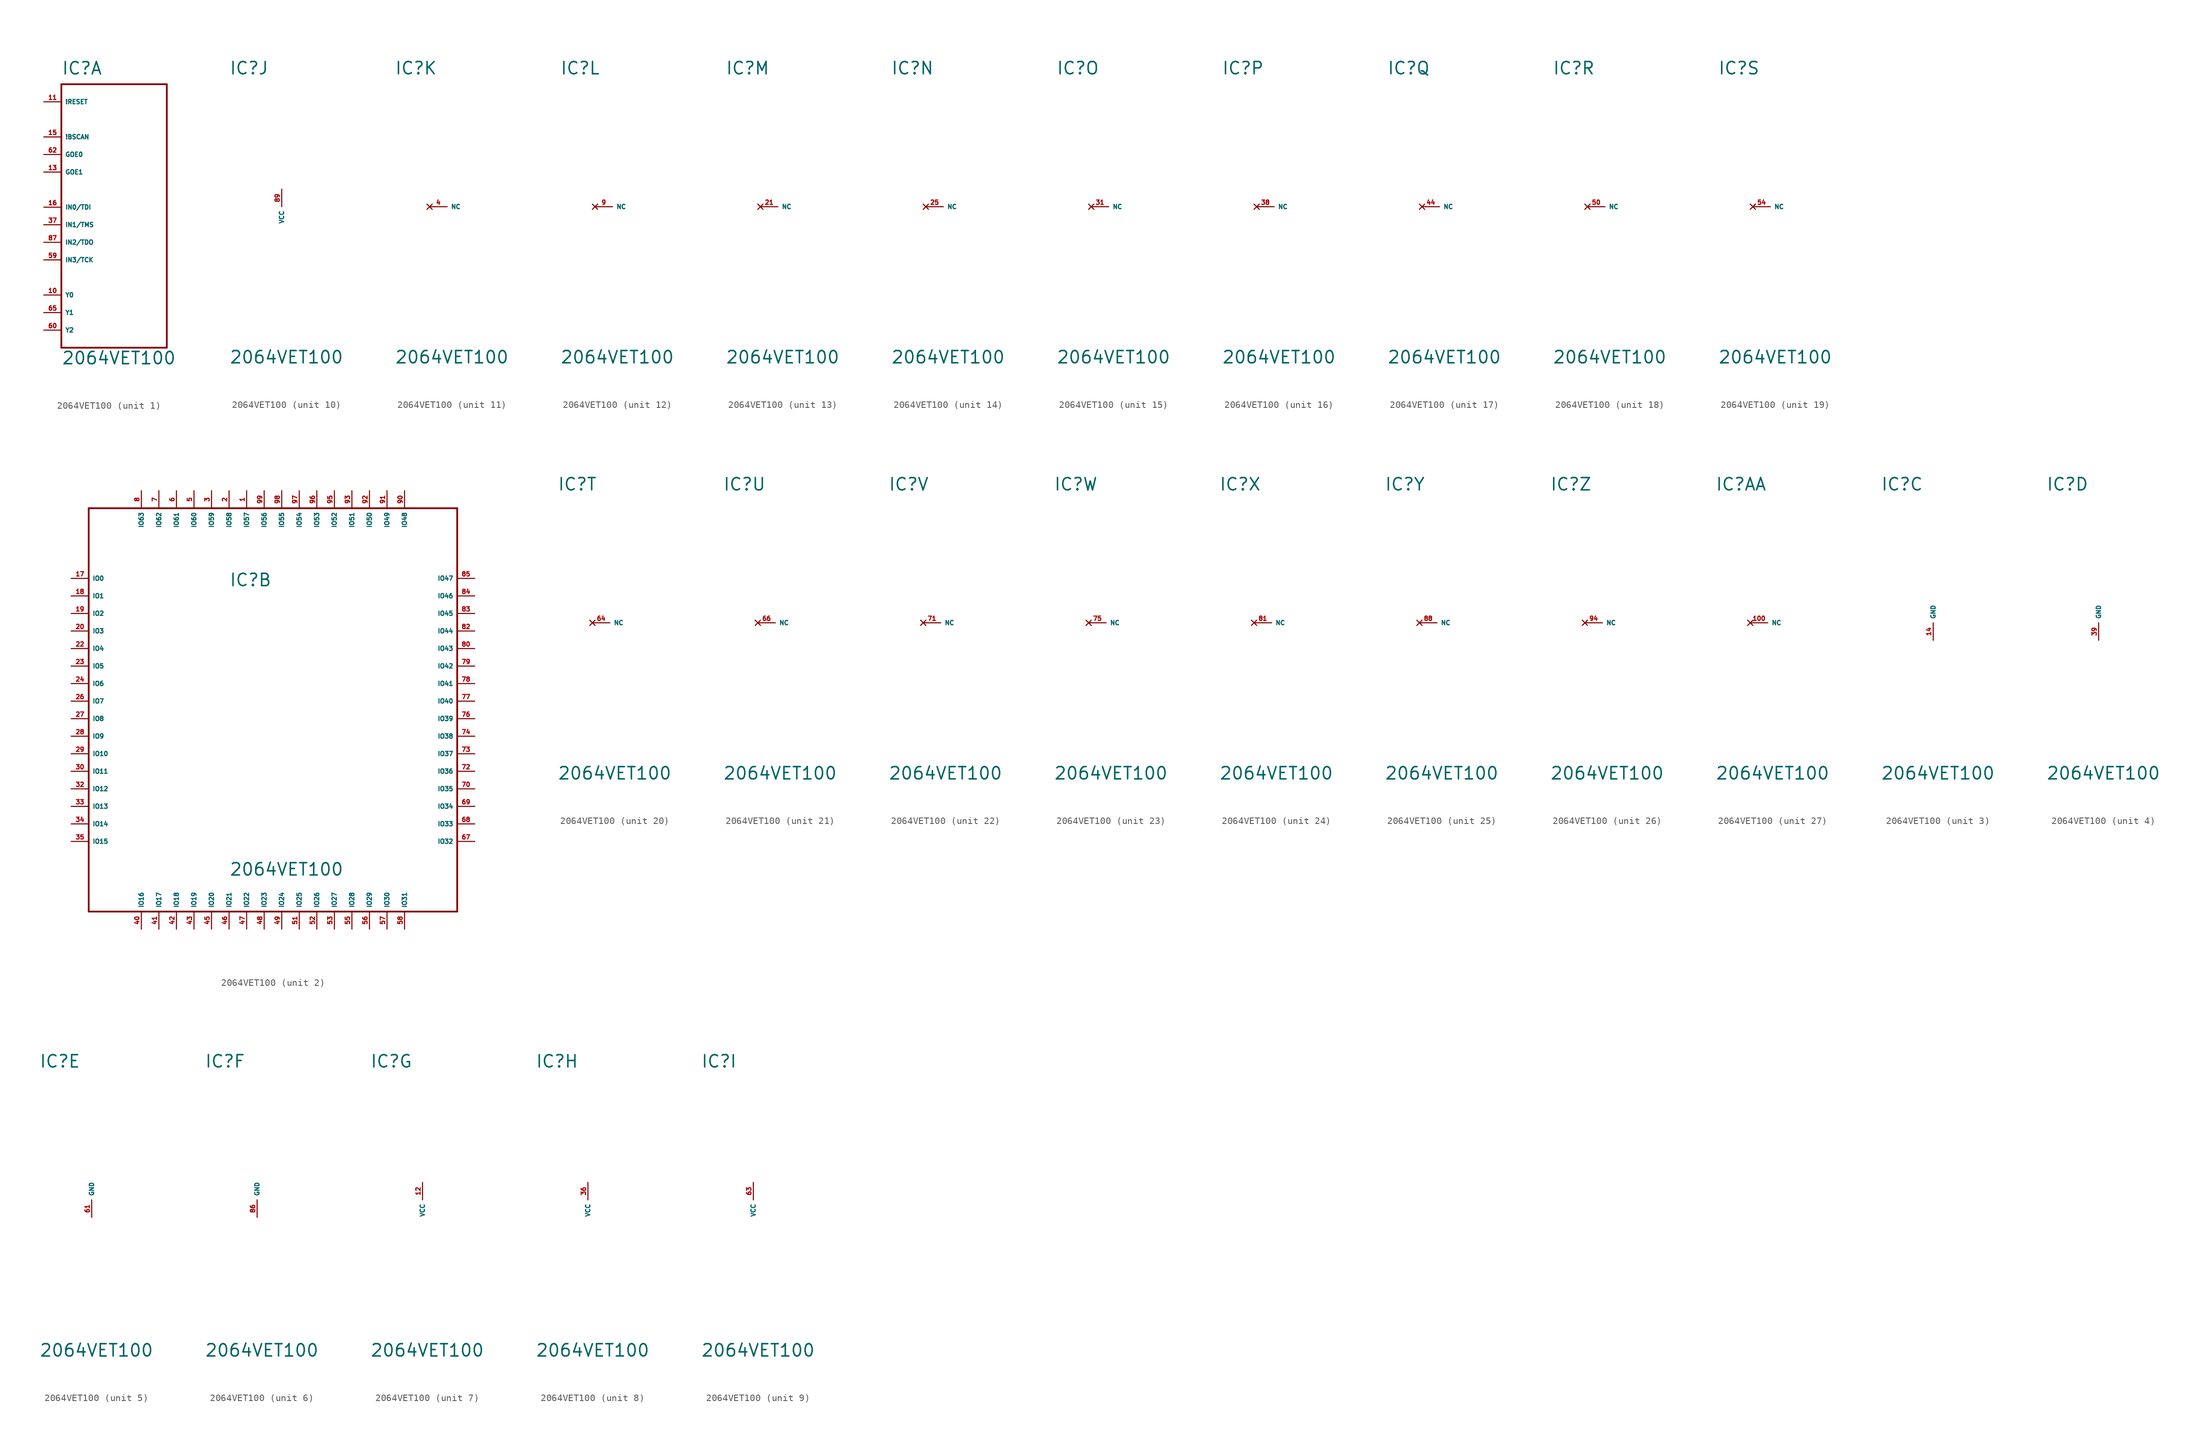
<source format=kicad_sym>
(kicad_symbol_lib
  (version 20220914)
  (generator Eagle2Kicad)
  (symbol "2064VET100"
    (property "Reference" "IC"
      (at -7.62 19.05 0)
      (effects (font (size 1.778 1.778) (thickness 0.22)) (justify left bottom)))
    (property "Value" "2064VET100"
      (at -7.62 -22.86 0)
      (effects (font (size 1.778 1.778) (thickness 0.22)) (justify left bottom)))
    (symbol "2064VET100_1_0"
      (polyline (pts (xy -7.62 17.78) (xy 7.62 17.78)) (stroke (width 0.254) (type default)) (fill (type none)))
      (polyline (pts (xy 7.62 17.78) (xy 7.62 -20.32)) (stroke (width 0.254) (type default)) (fill (type none)))
      (polyline (pts (xy 7.62 -20.32) (xy -7.62 -20.32)) (stroke (width 0.254) (type default)) (fill (type none)))
      (polyline (pts (xy -7.62 -20.32) (xy -7.62 17.78)) (stroke (width 0.254) (type default)) (fill (type none)))
      (pin input line (at -10.16 15.24 0) (length 2.54) (name "!RESET" (effects (font (size 0.635 0.635) (thickness 0.08)) (justify left bottom))) (number "11" (effects (font (size 0.635 0.635) (thickness 0.08)) (justify left bottom))))
      (pin input line (at -10.16 10.16 0) (length 2.54) (name "!BSCAN" (effects (font (size 0.635 0.635) (thickness 0.08)) (justify left bottom))) (number "15" (effects (font (size 0.635 0.635) (thickness 0.08)) (justify left bottom))))
      (pin input line (at -10.16 7.62 0) (length 2.54) (name "GOE0" (effects (font (size 0.635 0.635) (thickness 0.08)) (justify left bottom))) (number "62" (effects (font (size 0.635 0.635) (thickness 0.08)) (justify left bottom))))
      (pin input line (at -10.16 5.08 0) (length 2.54) (name "GOE1" (effects (font (size 0.635 0.635) (thickness 0.08)) (justify left bottom))) (number "13" (effects (font (size 0.635 0.635) (thickness 0.08)) (justify left bottom))))
      (pin input line (at -10.16 -12.7 0) (length 2.54) (name "Y0" (effects (font (size 0.635 0.635) (thickness 0.08)) (justify left bottom))) (number "10" (effects (font (size 0.635 0.635) (thickness 0.08)) (justify left bottom))))
      (pin input line (at -10.16 -15.24 0) (length 2.54) (name "Y1" (effects (font (size 0.635 0.635) (thickness 0.08)) (justify left bottom))) (number "65" (effects (font (size 0.635 0.635) (thickness 0.08)) (justify left bottom))))
      (pin input line (at -10.16 -17.78 0) (length 2.54) (name "Y2" (effects (font (size 0.635 0.635) (thickness 0.08)) (justify left bottom))) (number "60" (effects (font (size 0.635 0.635) (thickness 0.08)) (justify left bottom))))
      (pin input line (at -10.16 -5.08 0) (length 2.54) (name "IN2/TDO" (effects (font (size 0.635 0.635) (thickness 0.08)) (justify left bottom))) (number "87" (effects (font (size 0.635 0.635) (thickness 0.08)) (justify left bottom))))
      (pin input line (at -10.16 -7.62 0) (length 2.54) (name "IN3/TCK" (effects (font (size 0.635 0.635) (thickness 0.08)) (justify left bottom))) (number "59" (effects (font (size 0.635 0.635) (thickness 0.08)) (justify left bottom))))
      (pin input line (at -10.16 0 0) (length 2.54) (name "IN0/TDI" (effects (font (size 0.635 0.635) (thickness 0.08)) (justify left bottom))) (number "16" (effects (font (size 0.635 0.635) (thickness 0.08)) (justify left bottom))))
      (pin input line (at -10.16 -2.54 0) (length 2.54) (name "IN1/TMS" (effects (font (size 0.635 0.635) (thickness 0.08)) (justify left bottom))) (number "37" (effects (font (size 0.635 0.635) (thickness 0.08)) (justify left bottom)))))
    (symbol "2064VET100_2_0"
      (polyline (pts (xy -27.94 30.48) (xy 25.4 30.48)) (stroke (width 0.254) (type default)) (fill (type none)))
      (polyline (pts (xy 25.4 30.48) (xy 25.4 -27.94)) (stroke (width 0.254) (type default)) (fill (type none)))
      (polyline (pts (xy 25.4 -27.94) (xy -27.94 -27.94)) (stroke (width 0.254) (type default)) (fill (type none)))
      (polyline (pts (xy -27.94 -27.94) (xy -27.94 30.48)) (stroke (width 0.254) (type default)) (fill (type none)))
      (pin bidirectional line (at -30.48 20.32 0) (length 2.54) (name "IO0" (effects (font (size 0.635 0.635) (thickness 0.08)) (justify left bottom))) (number "17" (effects (font (size 0.635 0.635) (thickness 0.08)) (justify left bottom))))
      (pin bidirectional line (at -30.48 17.78 0) (length 2.54) (name "IO1" (effects (font (size 0.635 0.635) (thickness 0.08)) (justify left bottom))) (number "18" (effects (font (size 0.635 0.635) (thickness 0.08)) (justify left bottom))))
      (pin bidirectional line (at -30.48 15.24 0) (length 2.54) (name "IO2" (effects (font (size 0.635 0.635) (thickness 0.08)) (justify left bottom))) (number "19" (effects (font (size 0.635 0.635) (thickness 0.08)) (justify left bottom))))
      (pin bidirectional line (at -30.48 12.7 0) (length 2.54) (name "IO3" (effects (font (size 0.635 0.635) (thickness 0.08)) (justify left bottom))) (number "20" (effects (font (size 0.635 0.635) (thickness 0.08)) (justify left bottom))))
      (pin bidirectional line (at -30.48 10.16 0) (length 2.54) (name "IO4" (effects (font (size 0.635 0.635) (thickness 0.08)) (justify left bottom))) (number "22" (effects (font (size 0.635 0.635) (thickness 0.08)) (justify left bottom))))
      (pin bidirectional line (at -30.48 7.62 0) (length 2.54) (name "IO5" (effects (font (size 0.635 0.635) (thickness 0.08)) (justify left bottom))) (number "23" (effects (font (size 0.635 0.635) (thickness 0.08)) (justify left bottom))))
      (pin bidirectional line (at -30.48 5.08 0) (length 2.54) (name "IO6" (effects (font (size 0.635 0.635) (thickness 0.08)) (justify left bottom))) (number "24" (effects (font (size 0.635 0.635) (thickness 0.08)) (justify left bottom))))
      (pin bidirectional line (at -30.48 2.54 0) (length 2.54) (name "IO7" (effects (font (size 0.635 0.635) (thickness 0.08)) (justify left bottom))) (number "26" (effects (font (size 0.635 0.635) (thickness 0.08)) (justify left bottom))))
      (pin bidirectional line (at -30.48 0 0) (length 2.54) (name "IO8" (effects (font (size 0.635 0.635) (thickness 0.08)) (justify left bottom))) (number "27" (effects (font (size 0.635 0.635) (thickness 0.08)) (justify left bottom))))
      (pin bidirectional line (at -30.48 -2.54 0) (length 2.54) (name "IO9" (effects (font (size 0.635 0.635) (thickness 0.08)) (justify left bottom))) (number "28" (effects (font (size 0.635 0.635) (thickness 0.08)) (justify left bottom))))
      (pin bidirectional line (at -30.48 -5.08 0) (length 2.54) (name "IO10" (effects (font (size 0.635 0.635) (thickness 0.08)) (justify left bottom))) (number "29" (effects (font (size 0.635 0.635) (thickness 0.08)) (justify left bottom))))
      (pin bidirectional line (at -30.48 -7.62 0) (length 2.54) (name "IO11" (effects (font (size 0.635 0.635) (thickness 0.08)) (justify left bottom))) (number "30" (effects (font (size 0.635 0.635) (thickness 0.08)) (justify left bottom))))
      (pin bidirectional line (at -30.48 -10.16 0) (length 2.54) (name "IO12" (effects (font (size 0.635 0.635) (thickness 0.08)) (justify left bottom))) (number "32" (effects (font (size 0.635 0.635) (thickness 0.08)) (justify left bottom))))
      (pin bidirectional line (at -30.48 -12.7 0) (length 2.54) (name "IO13" (effects (font (size 0.635 0.635) (thickness 0.08)) (justify left bottom))) (number "33" (effects (font (size 0.635 0.635) (thickness 0.08)) (justify left bottom))))
      (pin bidirectional line (at -30.48 -15.24 0) (length 2.54) (name "IO14" (effects (font (size 0.635 0.635) (thickness 0.08)) (justify left bottom))) (number "34" (effects (font (size 0.635 0.635) (thickness 0.08)) (justify left bottom))))
      (pin bidirectional line (at -30.48 -17.78 0) (length 2.54) (name "IO15" (effects (font (size 0.635 0.635) (thickness 0.08)) (justify left bottom))) (number "35" (effects (font (size 0.635 0.635) (thickness 0.08)) (justify left bottom))))
      (pin bidirectional line (at -20.32 -30.48 90) (length 2.54) (name "IO16" (effects (font (size 0.635 0.635) (thickness 0.08)) (justify left bottom))) (number "40" (effects (font (size 0.635 0.635) (thickness 0.08)) (justify left bottom))))
      (pin bidirectional line (at -17.78 -30.48 90) (length 2.54) (name "IO17" (effects (font (size 0.635 0.635) (thickness 0.08)) (justify left bottom))) (number "41" (effects (font (size 0.635 0.635) (thickness 0.08)) (justify left bottom))))
      (pin bidirectional line (at -15.24 -30.48 90) (length 2.54) (name "IO18" (effects (font (size 0.635 0.635) (thickness 0.08)) (justify left bottom))) (number "42" (effects (font (size 0.635 0.635) (thickness 0.08)) (justify left bottom))))
      (pin bidirectional line (at -12.7 -30.48 90) (length 2.54) (name "IO19" (effects (font (size 0.635 0.635) (thickness 0.08)) (justify left bottom))) (number "43" (effects (font (size 0.635 0.635) (thickness 0.08)) (justify left bottom))))
      (pin bidirectional line (at -10.16 -30.48 90) (length 2.54) (name "IO20" (effects (font (size 0.635 0.635) (thickness 0.08)) (justify left bottom))) (number "45" (effects (font (size 0.635 0.635) (thickness 0.08)) (justify left bottom))))
      (pin bidirectional line (at -7.62 -30.48 90) (length 2.54) (name "IO21" (effects (font (size 0.635 0.635) (thickness 0.08)) (justify left bottom))) (number "46" (effects (font (size 0.635 0.635) (thickness 0.08)) (justify left bottom))))
      (pin bidirectional line (at -5.08 -30.48 90) (length 2.54) (name "IO22" (effects (font (size 0.635 0.635) (thickness 0.08)) (justify left bottom))) (number "47" (effects (font (size 0.635 0.635) (thickness 0.08)) (justify left bottom))))
      (pin bidirectional line (at -2.54 -30.48 90) (length 2.54) (name "IO23" (effects (font (size 0.635 0.635) (thickness 0.08)) (justify left bottom))) (number "48" (effects (font (size 0.635 0.635) (thickness 0.08)) (justify left bottom))))
      (pin bidirectional line (at 0 -30.48 90) (length 2.54) (name "IO24" (effects (font (size 0.635 0.635) (thickness 0.08)) (justify left bottom))) (number "49" (effects (font (size 0.635 0.635) (thickness 0.08)) (justify left bottom))))
      (pin bidirectional line (at 2.54 -30.48 90) (length 2.54) (name "IO25" (effects (font (size 0.635 0.635) (thickness 0.08)) (justify left bottom))) (number "51" (effects (font (size 0.635 0.635) (thickness 0.08)) (justify left bottom))))
      (pin bidirectional line (at 5.08 -30.48 90) (length 2.54) (name "IO26" (effects (font (size 0.635 0.635) (thickness 0.08)) (justify left bottom))) (number "52" (effects (font (size 0.635 0.635) (thickness 0.08)) (justify left bottom))))
      (pin bidirectional line (at 7.62 -30.48 90) (length 2.54) (name "IO27" (effects (font (size 0.635 0.635) (thickness 0.08)) (justify left bottom))) (number "53" (effects (font (size 0.635 0.635) (thickness 0.08)) (justify left bottom))))
      (pin bidirectional line (at 10.16 -30.48 90) (length 2.54) (name "IO28" (effects (font (size 0.635 0.635) (thickness 0.08)) (justify left bottom))) (number "55" (effects (font (size 0.635 0.635) (thickness 0.08)) (justify left bottom))))
      (pin bidirectional line (at 12.7 -30.48 90) (length 2.54) (name "IO29" (effects (font (size 0.635 0.635) (thickness 0.08)) (justify left bottom))) (number "56" (effects (font (size 0.635 0.635) (thickness 0.08)) (justify left bottom))))
      (pin bidirectional line (at 15.24 -30.48 90) (length 2.54) (name "IO30" (effects (font (size 0.635 0.635) (thickness 0.08)) (justify left bottom))) (number "57" (effects (font (size 0.635 0.635) (thickness 0.08)) (justify left bottom))))
      (pin bidirectional line (at 17.78 -30.48 90) (length 2.54) (name "IO31" (effects (font (size 0.635 0.635) (thickness 0.08)) (justify left bottom))) (number "58" (effects (font (size 0.635 0.635) (thickness 0.08)) (justify left bottom))))
      (pin bidirectional line (at 27.94 -17.78 180) (length 2.54) (name "IO32" (effects (font (size 0.635 0.635) (thickness 0.08)) (justify left bottom))) (number "67" (effects (font (size 0.635 0.635) (thickness 0.08)) (justify left bottom))))
      (pin bidirectional line (at 27.94 -15.24 180) (length 2.54) (name "IO33" (effects (font (size 0.635 0.635) (thickness 0.08)) (justify left bottom))) (number "68" (effects (font (size 0.635 0.635) (thickness 0.08)) (justify left bottom))))
      (pin bidirectional line (at 27.94 -12.7 180) (length 2.54) (name "IO34" (effects (font (size 0.635 0.635) (thickness 0.08)) (justify left bottom))) (number "69" (effects (font (size 0.635 0.635) (thickness 0.08)) (justify left bottom))))
      (pin bidirectional line (at 27.94 -10.16 180) (length 2.54) (name "IO35" (effects (font (size 0.635 0.635) (thickness 0.08)) (justify left bottom))) (number "70" (effects (font (size 0.635 0.635) (thickness 0.08)) (justify left bottom))))
      (pin bidirectional line (at 27.94 -7.62 180) (length 2.54) (name "IO36" (effects (font (size 0.635 0.635) (thickness 0.08)) (justify left bottom))) (number "72" (effects (font (size 0.635 0.635) (thickness 0.08)) (justify left bottom))))
      (pin bidirectional line (at 27.94 -5.08 180) (length 2.54) (name "IO37" (effects (font (size 0.635 0.635) (thickness 0.08)) (justify left bottom))) (number "73" (effects (font (size 0.635 0.635) (thickness 0.08)) (justify left bottom))))
      (pin bidirectional line (at 27.94 -2.54 180) (length 2.54) (name "IO38" (effects (font (size 0.635 0.635) (thickness 0.08)) (justify left bottom))) (number "74" (effects (font (size 0.635 0.635) (thickness 0.08)) (justify left bottom))))
      (pin bidirectional line (at 27.94 0 180) (length 2.54) (name "IO39" (effects (font (size 0.635 0.635) (thickness 0.08)) (justify left bottom))) (number "76" (effects (font (size 0.635 0.635) (thickness 0.08)) (justify left bottom))))
      (pin bidirectional line (at 27.94 2.54 180) (length 2.54) (name "IO40" (effects (font (size 0.635 0.635) (thickness 0.08)) (justify left bottom))) (number "77" (effects (font (size 0.635 0.635) (thickness 0.08)) (justify left bottom))))
      (pin bidirectional line (at 27.94 5.08 180) (length 2.54) (name "IO41" (effects (font (size 0.635 0.635) (thickness 0.08)) (justify left bottom))) (number "78" (effects (font (size 0.635 0.635) (thickness 0.08)) (justify left bottom))))
      (pin bidirectional line (at 27.94 7.62 180) (length 2.54) (name "IO42" (effects (font (size 0.635 0.635) (thickness 0.08)) (justify left bottom))) (number "79" (effects (font (size 0.635 0.635) (thickness 0.08)) (justify left bottom))))
      (pin bidirectional line (at 27.94 10.16 180) (length 2.54) (name "IO43" (effects (font (size 0.635 0.635) (thickness 0.08)) (justify left bottom))) (number "80" (effects (font (size 0.635 0.635) (thickness 0.08)) (justify left bottom))))
      (pin bidirectional line (at 27.94 12.7 180) (length 2.54) (name "IO44" (effects (font (size 0.635 0.635) (thickness 0.08)) (justify left bottom))) (number "82" (effects (font (size 0.635 0.635) (thickness 0.08)) (justify left bottom))))
      (pin bidirectional line (at 27.94 15.24 180) (length 2.54) (name "IO45" (effects (font (size 0.635 0.635) (thickness 0.08)) (justify left bottom))) (number "83" (effects (font (size 0.635 0.635) (thickness 0.08)) (justify left bottom))))
      (pin bidirectional line (at 27.94 17.78 180) (length 2.54) (name "IO46" (effects (font (size 0.635 0.635) (thickness 0.08)) (justify left bottom))) (number "84" (effects (font (size 0.635 0.635) (thickness 0.08)) (justify left bottom))))
      (pin bidirectional line (at 27.94 20.32 180) (length 2.54) (name "IO47" (effects (font (size 0.635 0.635) (thickness 0.08)) (justify left bottom))) (number "85" (effects (font (size 0.635 0.635) (thickness 0.08)) (justify left bottom))))
      (pin bidirectional line (at 17.78 33.02 270) (length 2.54) (name "IO48" (effects (font (size 0.635 0.635) (thickness 0.08)) (justify left bottom))) (number "90" (effects (font (size 0.635 0.635) (thickness 0.08)) (justify left bottom))))
      (pin bidirectional line (at 15.24 33.02 270) (length 2.54) (name "IO49" (effects (font (size 0.635 0.635) (thickness 0.08)) (justify left bottom))) (number "91" (effects (font (size 0.635 0.635) (thickness 0.08)) (justify left bottom))))
      (pin bidirectional line (at 12.7 33.02 270) (length 2.54) (name "IO50" (effects (font (size 0.635 0.635) (thickness 0.08)) (justify left bottom))) (number "92" (effects (font (size 0.635 0.635) (thickness 0.08)) (justify left bottom))))
      (pin bidirectional line (at 10.16 33.02 270) (length 2.54) (name "IO51" (effects (font (size 0.635 0.635) (thickness 0.08)) (justify left bottom))) (number "93" (effects (font (size 0.635 0.635) (thickness 0.08)) (justify left bottom))))
      (pin bidirectional line (at 7.62 33.02 270) (length 2.54) (name "IO52" (effects (font (size 0.635 0.635) (thickness 0.08)) (justify left bottom))) (number "95" (effects (font (size 0.635 0.635) (thickness 0.08)) (justify left bottom))))
      (pin bidirectional line (at 5.08 33.02 270) (length 2.54) (name "IO53" (effects (font (size 0.635 0.635) (thickness 0.08)) (justify left bottom))) (number "96" (effects (font (size 0.635 0.635) (thickness 0.08)) (justify left bottom))))
      (pin bidirectional line (at 2.54 33.02 270) (length 2.54) (name "IO54" (effects (font (size 0.635 0.635) (thickness 0.08)) (justify left bottom))) (number "97" (effects (font (size 0.635 0.635) (thickness 0.08)) (justify left bottom))))
      (pin bidirectional line (at 0 33.02 270) (length 2.54) (name "IO55" (effects (font (size 0.635 0.635) (thickness 0.08)) (justify left bottom))) (number "98" (effects (font (size 0.635 0.635) (thickness 0.08)) (justify left bottom))))
      (pin bidirectional line (at -2.54 33.02 270) (length 2.54) (name "IO56" (effects (font (size 0.635 0.635) (thickness 0.08)) (justify left bottom))) (number "99" (effects (font (size 0.635 0.635) (thickness 0.08)) (justify left bottom))))
      (pin bidirectional line (at -5.08 33.02 270) (length 2.54) (name "IO57" (effects (font (size 0.635 0.635) (thickness 0.08)) (justify left bottom))) (number "1" (effects (font (size 0.635 0.635) (thickness 0.08)) (justify left bottom))))
      (pin bidirectional line (at -7.62 33.02 270) (length 2.54) (name "IO58" (effects (font (size 0.635 0.635) (thickness 0.08)) (justify left bottom))) (number "2" (effects (font (size 0.635 0.635) (thickness 0.08)) (justify left bottom))))
      (pin bidirectional line (at -10.16 33.02 270) (length 2.54) (name "IO59" (effects (font (size 0.635 0.635) (thickness 0.08)) (justify left bottom))) (number "3" (effects (font (size 0.635 0.635) (thickness 0.08)) (justify left bottom))))
      (pin bidirectional line (at -12.7 33.02 270) (length 2.54) (name "IO60" (effects (font (size 0.635 0.635) (thickness 0.08)) (justify left bottom))) (number "5" (effects (font (size 0.635 0.635) (thickness 0.08)) (justify left bottom))))
      (pin bidirectional line (at -15.24 33.02 270) (length 2.54) (name "IO61" (effects (font (size 0.635 0.635) (thickness 0.08)) (justify left bottom))) (number "6" (effects (font (size 0.635 0.635) (thickness 0.08)) (justify left bottom))))
      (pin bidirectional line (at -17.78 33.02 270) (length 2.54) (name "IO62" (effects (font (size 0.635 0.635) (thickness 0.08)) (justify left bottom))) (number "7" (effects (font (size 0.635 0.635) (thickness 0.08)) (justify left bottom))))
      (pin bidirectional line (at -20.32 33.02 270) (length 2.54) (name "IO63" (effects (font (size 0.635 0.635) (thickness 0.08)) (justify left bottom))) (number "8" (effects (font (size 0.635 0.635) (thickness 0.08)) (justify left bottom)))))
    (symbol "2064VET100_3_0"
      (pin unspecified line (at 0 -2.54 90) (length 2.54) (name "GND" (effects (font (size 0.635 0.635) (thickness 0.08)) (justify left bottom))) (number "14" (effects (font (size 0.635 0.635) (thickness 0.08)) (justify left bottom)))))
    (symbol "2064VET100_4_0"
      (pin unspecified line (at 0 -2.54 90) (length 2.54) (name "GND" (effects (font (size 0.635 0.635) (thickness 0.08)) (justify left bottom))) (number "39" (effects (font (size 0.635 0.635) (thickness 0.08)) (justify left bottom)))))
    (symbol "2064VET100_5_0"
      (pin unspecified line (at 0 -2.54 90) (length 2.54) (name "GND" (effects (font (size 0.635 0.635) (thickness 0.08)) (justify left bottom))) (number "61" (effects (font (size 0.635 0.635) (thickness 0.08)) (justify left bottom)))))
    (symbol "2064VET100_6_0"
      (pin unspecified line (at 0 -2.54 90) (length 2.54) (name "GND" (effects (font (size 0.635 0.635) (thickness 0.08)) (justify left bottom))) (number "86" (effects (font (size 0.635 0.635) (thickness 0.08)) (justify left bottom)))))
    (symbol "2064VET100_7_0"
      (pin unspecified line (at 0 2.54 270) (length 2.54) (name "VCC" (effects (font (size 0.635 0.635) (thickness 0.08)) (justify left bottom))) (number "12" (effects (font (size 0.635 0.635) (thickness 0.08)) (justify left bottom)))))
    (symbol "2064VET100_8_0"
      (pin unspecified line (at 0 2.54 270) (length 2.54) (name "VCC" (effects (font (size 0.635 0.635) (thickness 0.08)) (justify left bottom))) (number "36" (effects (font (size 0.635 0.635) (thickness 0.08)) (justify left bottom)))))
    (symbol "2064VET100_9_0"
      (pin unspecified line (at 0 2.54 270) (length 2.54) (name "VCC" (effects (font (size 0.635 0.635) (thickness 0.08)) (justify left bottom))) (number "63" (effects (font (size 0.635 0.635) (thickness 0.08)) (justify left bottom)))))
    (symbol "2064VET100_10_0"
      (pin unspecified line (at 0 2.54 270) (length 2.54) (name "VCC" (effects (font (size 0.635 0.635) (thickness 0.08)) (justify left bottom))) (number "89" (effects (font (size 0.635 0.635) (thickness 0.08)) (justify left bottom)))))
    (symbol "2064VET100_11_0"
      (pin no_connect line (at -2.54 0 0) (length 2.54) (name "NC" (effects (font (size 0.635 0.635) (thickness 0.08)) (justify left bottom) hide)) (number "4" (effects (font (size 0.635 0.635) (thickness 0.08)) (justify left bottom) hide))))
    (symbol "2064VET100_12_0"
      (pin no_connect line (at -2.54 0 0) (length 2.54) (name "NC" (effects (font (size 0.635 0.635) (thickness 0.08)) (justify left bottom) hide)) (number "9" (effects (font (size 0.635 0.635) (thickness 0.08)) (justify left bottom) hide))))
    (symbol "2064VET100_13_0"
      (pin no_connect line (at -2.54 0 0) (length 2.54) (name "NC" (effects (font (size 0.635 0.635) (thickness 0.08)) (justify left bottom) hide)) (number "21" (effects (font (size 0.635 0.635) (thickness 0.08)) (justify left bottom) hide))))
    (symbol "2064VET100_14_0"
      (pin no_connect line (at -2.54 0 0) (length 2.54) (name "NC" (effects (font (size 0.635 0.635) (thickness 0.08)) (justify left bottom) hide)) (number "25" (effects (font (size 0.635 0.635) (thickness 0.08)) (justify left bottom) hide))))
    (symbol "2064VET100_15_0"
      (pin no_connect line (at -2.54 0 0) (length 2.54) (name "NC" (effects (font (size 0.635 0.635) (thickness 0.08)) (justify left bottom) hide)) (number "31" (effects (font (size 0.635 0.635) (thickness 0.08)) (justify left bottom) hide))))
    (symbol "2064VET100_16_0"
      (pin no_connect line (at -2.54 0 0) (length 2.54) (name "NC" (effects (font (size 0.635 0.635) (thickness 0.08)) (justify left bottom) hide)) (number "38" (effects (font (size 0.635 0.635) (thickness 0.08)) (justify left bottom) hide))))
    (symbol "2064VET100_17_0"
      (pin no_connect line (at -2.54 0 0) (length 2.54) (name "NC" (effects (font (size 0.635 0.635) (thickness 0.08)) (justify left bottom) hide)) (number "44" (effects (font (size 0.635 0.635) (thickness 0.08)) (justify left bottom) hide))))
    (symbol "2064VET100_18_0"
      (pin no_connect line (at -2.54 0 0) (length 2.54) (name "NC" (effects (font (size 0.635 0.635) (thickness 0.08)) (justify left bottom) hide)) (number "50" (effects (font (size 0.635 0.635) (thickness 0.08)) (justify left bottom) hide))))
    (symbol "2064VET100_19_0"
      (pin no_connect line (at -2.54 0 0) (length 2.54) (name "NC" (effects (font (size 0.635 0.635) (thickness 0.08)) (justify left bottom) hide)) (number "54" (effects (font (size 0.635 0.635) (thickness 0.08)) (justify left bottom) hide))))
    (symbol "2064VET100_20_0"
      (pin no_connect line (at -2.54 0 0) (length 2.54) (name "NC" (effects (font (size 0.635 0.635) (thickness 0.08)) (justify left bottom) hide)) (number "64" (effects (font (size 0.635 0.635) (thickness 0.08)) (justify left bottom) hide))))
    (symbol "2064VET100_21_0"
      (pin no_connect line (at -2.54 0 0) (length 2.54) (name "NC" (effects (font (size 0.635 0.635) (thickness 0.08)) (justify left bottom) hide)) (number "66" (effects (font (size 0.635 0.635) (thickness 0.08)) (justify left bottom) hide))))
    (symbol "2064VET100_22_0"
      (pin no_connect line (at -2.54 0 0) (length 2.54) (name "NC" (effects (font (size 0.635 0.635) (thickness 0.08)) (justify left bottom) hide)) (number "71" (effects (font (size 0.635 0.635) (thickness 0.08)) (justify left bottom) hide))))
    (symbol "2064VET100_23_0"
      (pin no_connect line (at -2.54 0 0) (length 2.54) (name "NC" (effects (font (size 0.635 0.635) (thickness 0.08)) (justify left bottom) hide)) (number "75" (effects (font (size 0.635 0.635) (thickness 0.08)) (justify left bottom) hide))))
    (symbol "2064VET100_24_0"
      (pin no_connect line (at -2.54 0 0) (length 2.54) (name "NC" (effects (font (size 0.635 0.635) (thickness 0.08)) (justify left bottom) hide)) (number "81" (effects (font (size 0.635 0.635) (thickness 0.08)) (justify left bottom) hide))))
    (symbol "2064VET100_25_0"
      (pin no_connect line (at -2.54 0 0) (length 2.54) (name "NC" (effects (font (size 0.635 0.635) (thickness 0.08)) (justify left bottom) hide)) (number "88" (effects (font (size 0.635 0.635) (thickness 0.08)) (justify left bottom) hide))))
    (symbol "2064VET100_26_0"
      (pin no_connect line (at -2.54 0 0) (length 2.54) (name "NC" (effects (font (size 0.635 0.635) (thickness 0.08)) (justify left bottom) hide)) (number "94" (effects (font (size 0.635 0.635) (thickness 0.08)) (justify left bottom) hide))))
    (symbol "2064VET100_27_0"
      (pin no_connect line (at -2.54 0 0) (length 2.54) (name "NC" (effects (font (size 0.635 0.635) (thickness 0.08)) (justify left bottom) hide)) (number "100" (effects (font (size 0.635 0.635) (thickness 0.08)) (justify left bottom) hide))))))
</source>
